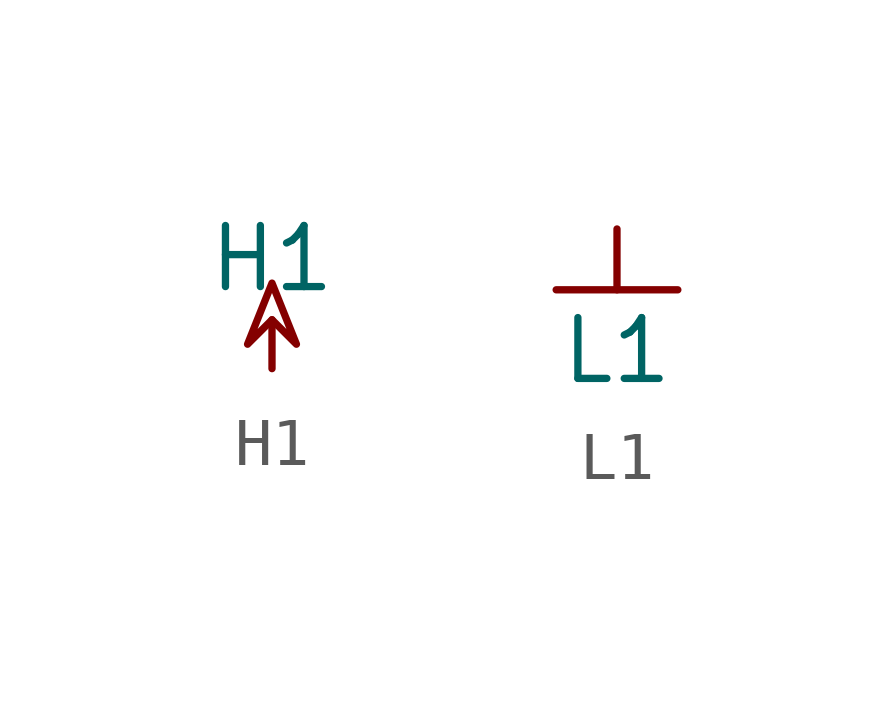
<source format=kicad_sym>
(kicad_symbol_lib
  (version 20211014)
  (generator kicad_symbol_editor)
  (symbol "H1"
    (power)
    (pin_names
      (offset 0))
    (property "Reference" "#PWR"
      (at 0 3.048 0)
      (effects (font (size 1.27 1.27)) hide))
    (property "Value" "H1"
      (at 0 2.286 0)
      (effects (font (size 1.27 1.27))))
    (symbol "H1_0_0"
      (pin power_in line (at 0 0 90) (length 0) hide (name "HT" (effects (font (size 1.27 1.27)))) (number "1" (effects (font (size 1.27 1.27))))))
    (symbol "H1_0_1"
      (polyline (pts (xy 0 0) (xy 0 1.016) (xy 0 1.016)) (stroke (width 0) (type default) (color 0 0 0 0)) (fill (type none)))
      (polyline (pts (xy 0 1.016) (xy 0.508 0.508) (xy 0 1.778) (xy -0.508 0.508) (xy 0 1.016) (xy 0 1.016)) (stroke (width 0) (type default) (color 0 0 0 0)) (fill (type none)))))
  (symbol "L1"
    (power)
    (pin_names
      (offset 0))
    (property "Reference" "#PWR"
      (at 0 -5.08 0)
      (effects (font (size 1.27 1.27)) hide))
    (property "Value" "L1"
      (at 0 -2.54 0)
      (effects (font (size 1.27 1.27))))
    (symbol "L1_0_1"
      (polyline (pts (xy 0 -1.27) (xy 0 0)) (stroke (width 0) (type default) (color 0 0 0 0)) (fill (type none)))
      (polyline (pts (xy 1.27 -1.27) (xy -1.27 -1.27)) (stroke (width 0) (type default) (color 0 0 0 0)) (fill (type none))))
    (symbol "L1_1_1"
      (pin power_in line (at 0 0 270) (length 0) hide (name "GNDREF" (effects (font (size 1.27 1.27)))) (number "1" (effects (font (size 1.27 1.27))))))))
</source>
